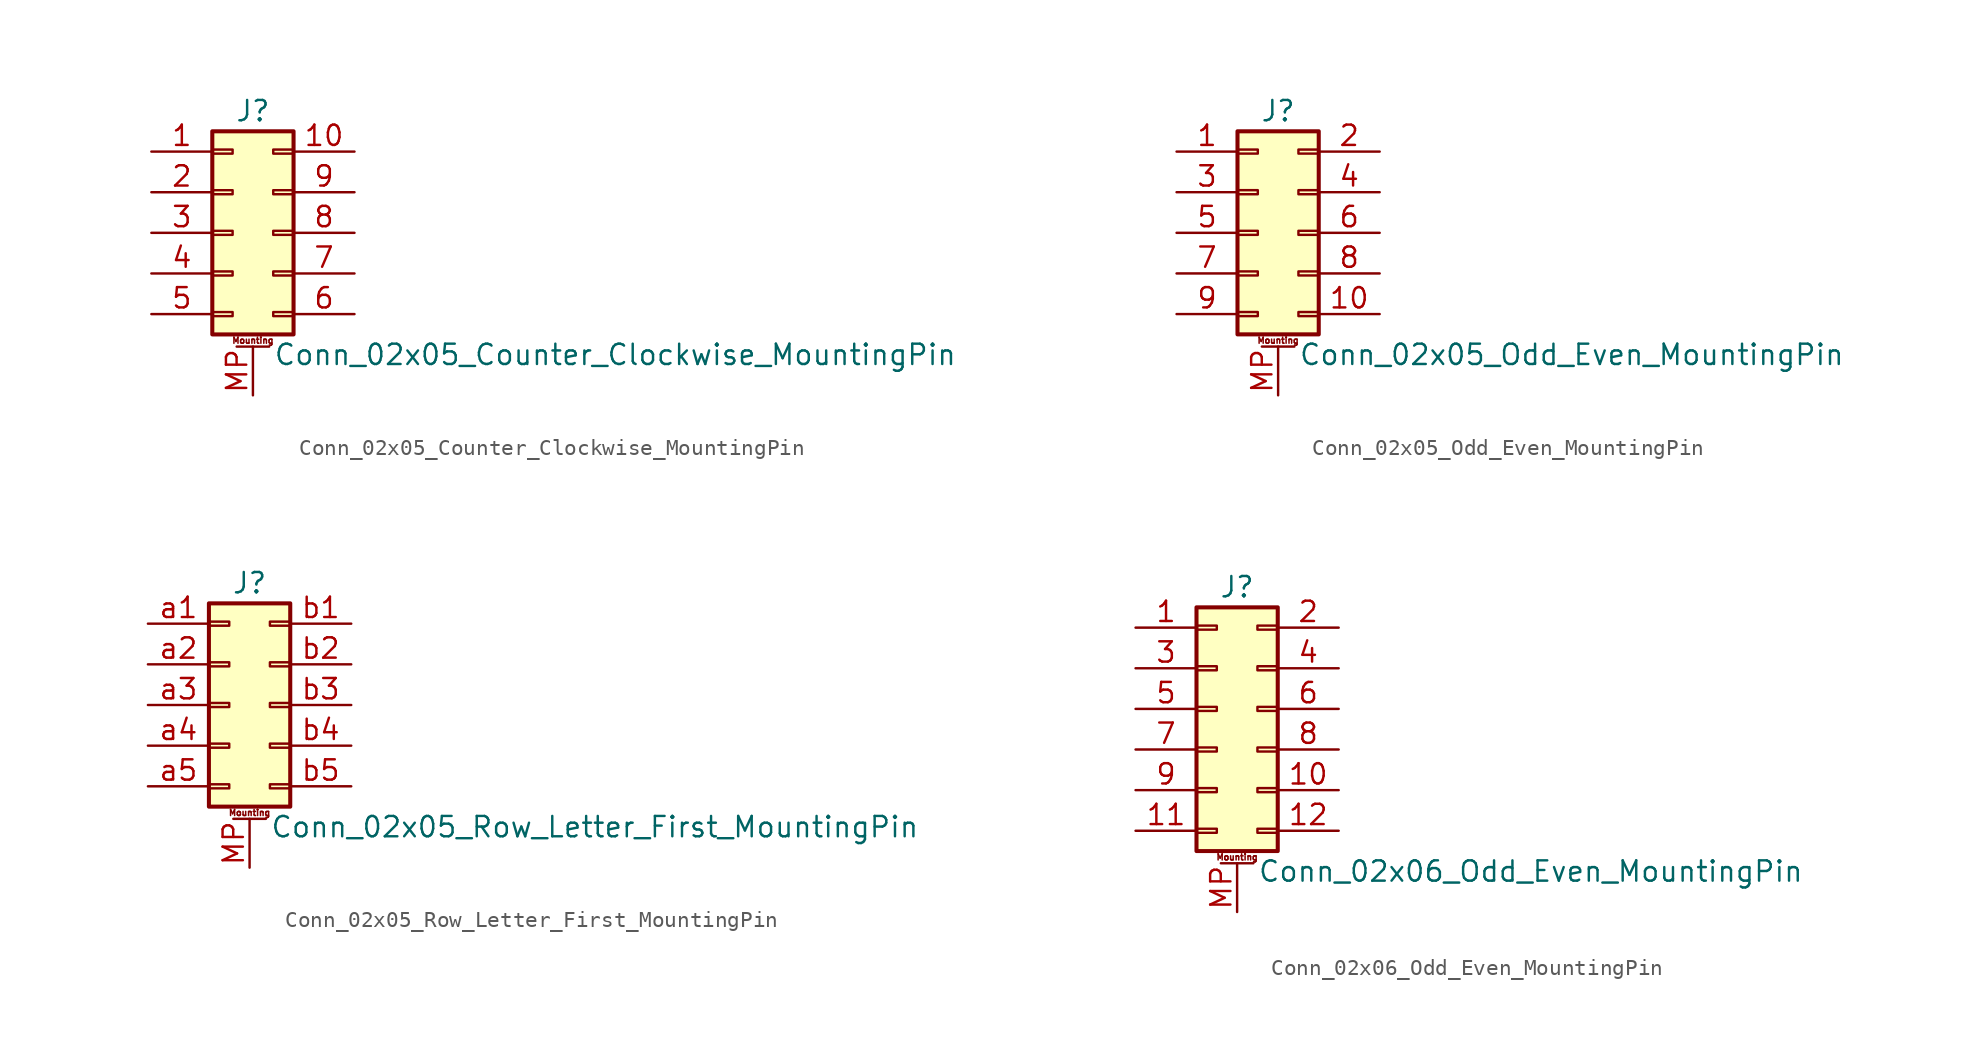
<source format=kicad_sym>
(kicad_symbol_lib
  (version 20220914)
  (generator kicad_symbol_editor)
  (symbol "Conn_02x05_Counter_Clockwise_MountingPin"
    (pin_names
      (offset 1.016) hide)
    (property "Reference" "J"
      (at 1.27 7.62 0)
      (effects (font (size 1.27 1.27))))
    (property "Value" "Conn_02x05_Counter_Clockwise_MountingPin"
      (at 2.54 -7.62 0)
      (effects (font (size 1.27 1.27)) (justify left)))
    (symbol "Conn_02x05_Counter_Clockwise_MountingPin_1_1"
      (rectangle (start -1.27 -4.953) (end 0 -5.207) (stroke (width 0.152) (type default)) (fill (type none)))
      (rectangle (start -1.27 -2.413) (end 0 -2.667) (stroke (width 0.152) (type default)) (fill (type none)))
      (rectangle (start -1.27 0.127) (end 0 -0.127) (stroke (width 0.152) (type default)) (fill (type none)))
      (rectangle (start -1.27 2.667) (end 0 2.413) (stroke (width 0.152) (type default)) (fill (type none)))
      (rectangle (start -1.27 5.207) (end 0 4.953) (stroke (width 0.152) (type default)) (fill (type none)))
      (rectangle (start -1.27 6.35) (end 3.81 -6.35) (stroke (width 0.254) (type default)) (fill (type background)))
      (polyline (pts (xy 0.254 -7.112) (xy 2.286 -7.112)) (stroke (width 0.152) (type default)) (fill (type none)))
      (rectangle (start 3.81 -4.953) (end 2.54 -5.207) (stroke (width 0.152) (type default)) (fill (type none)))
      (rectangle (start 3.81 -2.413) (end 2.54 -2.667) (stroke (width 0.152) (type default)) (fill (type none)))
      (rectangle (start 3.81 0.127) (end 2.54 -0.127) (stroke (width 0.152) (type default)) (fill (type none)))
      (rectangle (start 3.81 2.667) (end 2.54 2.413) (stroke (width 0.152) (type default)) (fill (type none)))
      (rectangle (start 3.81 5.207) (end 2.54 4.953) (stroke (width 0.152) (type default)) (fill (type none)))
      (text "Mounting" (at 1.27 -6.731 0) (effects (font (size 0.381 0.381))))
      (pin passive line (at -5.08 5.08 0) (length 3.81) (name "Pin_1" (effects (font (size 1.27 1.27)))) (number "1" (effects (font (size 1.27 1.27)))))
      (pin passive line (at 7.62 5.08 180) (length 3.81) (name "Pin_10" (effects (font (size 1.27 1.27)))) (number "10" (effects (font (size 1.27 1.27)))))
      (pin passive line (at -5.08 2.54 0) (length 3.81) (name "Pin_2" (effects (font (size 1.27 1.27)))) (number "2" (effects (font (size 1.27 1.27)))))
      (pin passive line (at -5.08 0 0) (length 3.81) (name "Pin_3" (effects (font (size 1.27 1.27)))) (number "3" (effects (font (size 1.27 1.27)))))
      (pin passive line (at -5.08 -2.54 0) (length 3.81) (name "Pin_4" (effects (font (size 1.27 1.27)))) (number "4" (effects (font (size 1.27 1.27)))))
      (pin passive line (at -5.08 -5.08 0) (length 3.81) (name "Pin_5" (effects (font (size 1.27 1.27)))) (number "5" (effects (font (size 1.27 1.27)))))
      (pin passive line (at 7.62 -5.08 180) (length 3.81) (name "Pin_6" (effects (font (size 1.27 1.27)))) (number "6" (effects (font (size 1.27 1.27)))))
      (pin passive line (at 7.62 -2.54 180) (length 3.81) (name "Pin_7" (effects (font (size 1.27 1.27)))) (number "7" (effects (font (size 1.27 1.27)))))
      (pin passive line (at 7.62 0 180) (length 3.81) (name "Pin_8" (effects (font (size 1.27 1.27)))) (number "8" (effects (font (size 1.27 1.27)))))
      (pin passive line (at 7.62 2.54 180) (length 3.81) (name "Pin_9" (effects (font (size 1.27 1.27)))) (number "9" (effects (font (size 1.27 1.27)))))
      (pin passive line (at 1.27 -10.16 90) (length 3.048) (name "MountPin" (effects (font (size 1.27 1.27)))) (number "MP" (effects (font (size 1.27 1.27)))))))
  (symbol "Conn_02x05_Odd_Even_MountingPin"
    (pin_names
      (offset 1.016) hide)
    (property "Reference" "J"
      (at 1.27 7.62 0)
      (effects (font (size 1.27 1.27))))
    (property "Value" "Conn_02x05_Odd_Even_MountingPin"
      (at 2.54 -7.62 0)
      (effects (font (size 1.27 1.27)) (justify left)))
    (symbol "Conn_02x05_Odd_Even_MountingPin_1_1"
      (rectangle (start -1.27 -4.953) (end 0 -5.207) (stroke (width 0.152) (type default)) (fill (type none)))
      (rectangle (start -1.27 -2.413) (end 0 -2.667) (stroke (width 0.152) (type default)) (fill (type none)))
      (rectangle (start -1.27 0.127) (end 0 -0.127) (stroke (width 0.152) (type default)) (fill (type none)))
      (rectangle (start -1.27 2.667) (end 0 2.413) (stroke (width 0.152) (type default)) (fill (type none)))
      (rectangle (start -1.27 5.207) (end 0 4.953) (stroke (width 0.152) (type default)) (fill (type none)))
      (rectangle (start -1.27 6.35) (end 3.81 -6.35) (stroke (width 0.254) (type default)) (fill (type background)))
      (polyline (pts (xy 0.254 -7.112) (xy 2.286 -7.112)) (stroke (width 0.152) (type default)) (fill (type none)))
      (rectangle (start 3.81 -4.953) (end 2.54 -5.207) (stroke (width 0.152) (type default)) (fill (type none)))
      (rectangle (start 3.81 -2.413) (end 2.54 -2.667) (stroke (width 0.152) (type default)) (fill (type none)))
      (rectangle (start 3.81 0.127) (end 2.54 -0.127) (stroke (width 0.152) (type default)) (fill (type none)))
      (rectangle (start 3.81 2.667) (end 2.54 2.413) (stroke (width 0.152) (type default)) (fill (type none)))
      (rectangle (start 3.81 5.207) (end 2.54 4.953) (stroke (width 0.152) (type default)) (fill (type none)))
      (text "Mounting" (at 1.27 -6.731 0) (effects (font (size 0.381 0.381))))
      (pin passive line (at -5.08 5.08 0) (length 3.81) (name "Pin_1" (effects (font (size 1.27 1.27)))) (number "1" (effects (font (size 1.27 1.27)))))
      (pin passive line (at 7.62 -5.08 180) (length 3.81) (name "Pin_10" (effects (font (size 1.27 1.27)))) (number "10" (effects (font (size 1.27 1.27)))))
      (pin passive line (at 7.62 5.08 180) (length 3.81) (name "Pin_2" (effects (font (size 1.27 1.27)))) (number "2" (effects (font (size 1.27 1.27)))))
      (pin passive line (at -5.08 2.54 0) (length 3.81) (name "Pin_3" (effects (font (size 1.27 1.27)))) (number "3" (effects (font (size 1.27 1.27)))))
      (pin passive line (at 7.62 2.54 180) (length 3.81) (name "Pin_4" (effects (font (size 1.27 1.27)))) (number "4" (effects (font (size 1.27 1.27)))))
      (pin passive line (at -5.08 0 0) (length 3.81) (name "Pin_5" (effects (font (size 1.27 1.27)))) (number "5" (effects (font (size 1.27 1.27)))))
      (pin passive line (at 7.62 0 180) (length 3.81) (name "Pin_6" (effects (font (size 1.27 1.27)))) (number "6" (effects (font (size 1.27 1.27)))))
      (pin passive line (at -5.08 -2.54 0) (length 3.81) (name "Pin_7" (effects (font (size 1.27 1.27)))) (number "7" (effects (font (size 1.27 1.27)))))
      (pin passive line (at 7.62 -2.54 180) (length 3.81) (name "Pin_8" (effects (font (size 1.27 1.27)))) (number "8" (effects (font (size 1.27 1.27)))))
      (pin passive line (at -5.08 -5.08 0) (length 3.81) (name "Pin_9" (effects (font (size 1.27 1.27)))) (number "9" (effects (font (size 1.27 1.27)))))
      (pin passive line (at 1.27 -10.16 90) (length 3.048) (name "MountPin" (effects (font (size 1.27 1.27)))) (number "MP" (effects (font (size 1.27 1.27)))))))
  (symbol "Conn_02x05_Row_Letter_First_MountingPin"
    (pin_names
      (offset 1.016) hide)
    (property "Reference" "J"
      (at 1.27 7.62 0)
      (effects (font (size 1.27 1.27))))
    (property "Value" "Conn_02x05_Row_Letter_First_MountingPin"
      (at 2.54 -7.62 0)
      (effects (font (size 1.27 1.27)) (justify left)))
    (symbol "Conn_02x05_Row_Letter_First_MountingPin_1_1"
      (rectangle (start -1.27 -4.953) (end 0 -5.207) (stroke (width 0.152) (type default)) (fill (type none)))
      (rectangle (start -1.27 -2.413) (end 0 -2.667) (stroke (width 0.152) (type default)) (fill (type none)))
      (rectangle (start -1.27 0.127) (end 0 -0.127) (stroke (width 0.152) (type default)) (fill (type none)))
      (rectangle (start -1.27 2.667) (end 0 2.413) (stroke (width 0.152) (type default)) (fill (type none)))
      (rectangle (start -1.27 5.207) (end 0 4.953) (stroke (width 0.152) (type default)) (fill (type none)))
      (rectangle (start -1.27 6.35) (end 3.81 -6.35) (stroke (width 0.254) (type default)) (fill (type background)))
      (polyline (pts (xy 0.254 -7.112) (xy 2.286 -7.112)) (stroke (width 0.152) (type default)) (fill (type none)))
      (rectangle (start 3.81 -4.953) (end 2.54 -5.207) (stroke (width 0.152) (type default)) (fill (type none)))
      (rectangle (start 3.81 -2.413) (end 2.54 -2.667) (stroke (width 0.152) (type default)) (fill (type none)))
      (rectangle (start 3.81 0.127) (end 2.54 -0.127) (stroke (width 0.152) (type default)) (fill (type none)))
      (rectangle (start 3.81 2.667) (end 2.54 2.413) (stroke (width 0.152) (type default)) (fill (type none)))
      (rectangle (start 3.81 5.207) (end 2.54 4.953) (stroke (width 0.152) (type default)) (fill (type none)))
      (text "Mounting" (at 1.27 -6.731 0) (effects (font (size 0.381 0.381))))
      (pin passive line (at 1.27 -10.16 90) (length 3.048) (name "MountPin" (effects (font (size 1.27 1.27)))) (number "MP" (effects (font (size 1.27 1.27)))))
      (pin passive line (at -5.08 5.08 0) (length 3.81) (name "Pin_a1" (effects (font (size 1.27 1.27)))) (number "a1" (effects (font (size 1.27 1.27)))))
      (pin passive line (at -5.08 2.54 0) (length 3.81) (name "Pin_a2" (effects (font (size 1.27 1.27)))) (number "a2" (effects (font (size 1.27 1.27)))))
      (pin passive line (at -5.08 0 0) (length 3.81) (name "Pin_a3" (effects (font (size 1.27 1.27)))) (number "a3" (effects (font (size 1.27 1.27)))))
      (pin passive line (at -5.08 -2.54 0) (length 3.81) (name "Pin_a4" (effects (font (size 1.27 1.27)))) (number "a4" (effects (font (size 1.27 1.27)))))
      (pin passive line (at -5.08 -5.08 0) (length 3.81) (name "Pin_a5" (effects (font (size 1.27 1.27)))) (number "a5" (effects (font (size 1.27 1.27)))))
      (pin passive line (at 7.62 5.08 180) (length 3.81) (name "Pin_b1" (effects (font (size 1.27 1.27)))) (number "b1" (effects (font (size 1.27 1.27)))))
      (pin passive line (at 7.62 2.54 180) (length 3.81) (name "Pin_b2" (effects (font (size 1.27 1.27)))) (number "b2" (effects (font (size 1.27 1.27)))))
      (pin passive line (at 7.62 0 180) (length 3.81) (name "Pin_b3" (effects (font (size 1.27 1.27)))) (number "b3" (effects (font (size 1.27 1.27)))))
      (pin passive line (at 7.62 -2.54 180) (length 3.81) (name "Pin_b4" (effects (font (size 1.27 1.27)))) (number "b4" (effects (font (size 1.27 1.27)))))
      (pin passive line (at 7.62 -5.08 180) (length 3.81) (name "Pin_b5" (effects (font (size 1.27 1.27)))) (number "b5" (effects (font (size 1.27 1.27)))))))
  (symbol "Conn_02x06_Odd_Even_MountingPin"
    (pin_names
      (offset 1.016) hide)
    (property "Reference" "J"
      (at 1.27 7.62 0)
      (effects (font (size 1.27 1.27))))
    (property "Value" "Conn_02x06_Odd_Even_MountingPin"
      (at 2.54 -10.16 0)
      (effects (font (size 1.27 1.27)) (justify left)))
    (symbol "Conn_02x06_Odd_Even_MountingPin_1_1"
      (rectangle (start -1.27 -7.493) (end 0 -7.747) (stroke (width 0.152) (type default)) (fill (type none)))
      (rectangle (start -1.27 -4.953) (end 0 -5.207) (stroke (width 0.152) (type default)) (fill (type none)))
      (rectangle (start -1.27 -2.413) (end 0 -2.667) (stroke (width 0.152) (type default)) (fill (type none)))
      (rectangle (start -1.27 0.127) (end 0 -0.127) (stroke (width 0.152) (type default)) (fill (type none)))
      (rectangle (start -1.27 2.667) (end 0 2.413) (stroke (width 0.152) (type default)) (fill (type none)))
      (rectangle (start -1.27 5.207) (end 0 4.953) (stroke (width 0.152) (type default)) (fill (type none)))
      (rectangle (start -1.27 6.35) (end 3.81 -8.89) (stroke (width 0.254) (type default)) (fill (type background)))
      (polyline (pts (xy 0.254 -9.652) (xy 2.286 -9.652)) (stroke (width 0.152) (type default)) (fill (type none)))
      (rectangle (start 3.81 -7.493) (end 2.54 -7.747) (stroke (width 0.152) (type default)) (fill (type none)))
      (rectangle (start 3.81 -4.953) (end 2.54 -5.207) (stroke (width 0.152) (type default)) (fill (type none)))
      (rectangle (start 3.81 -2.413) (end 2.54 -2.667) (stroke (width 0.152) (type default)) (fill (type none)))
      (rectangle (start 3.81 0.127) (end 2.54 -0.127) (stroke (width 0.152) (type default)) (fill (type none)))
      (rectangle (start 3.81 2.667) (end 2.54 2.413) (stroke (width 0.152) (type default)) (fill (type none)))
      (rectangle (start 3.81 5.207) (end 2.54 4.953) (stroke (width 0.152) (type default)) (fill (type none)))
      (text "Mounting" (at 1.27 -9.271 0) (effects (font (size 0.381 0.381))))
      (pin passive line (at -5.08 5.08 0) (length 3.81) (name "Pin_1" (effects (font (size 1.27 1.27)))) (number "1" (effects (font (size 1.27 1.27)))))
      (pin passive line (at 7.62 -5.08 180) (length 3.81) (name "Pin_10" (effects (font (size 1.27 1.27)))) (number "10" (effects (font (size 1.27 1.27)))))
      (pin passive line (at -5.08 -7.62 0) (length 3.81) (name "Pin_11" (effects (font (size 1.27 1.27)))) (number "11" (effects (font (size 1.27 1.27)))))
      (pin passive line (at 7.62 -7.62 180) (length 3.81) (name "Pin_12" (effects (font (size 1.27 1.27)))) (number "12" (effects (font (size 1.27 1.27)))))
      (pin passive line (at 7.62 5.08 180) (length 3.81) (name "Pin_2" (effects (font (size 1.27 1.27)))) (number "2" (effects (font (size 1.27 1.27)))))
      (pin passive line (at -5.08 2.54 0) (length 3.81) (name "Pin_3" (effects (font (size 1.27 1.27)))) (number "3" (effects (font (size 1.27 1.27)))))
      (pin passive line (at 7.62 2.54 180) (length 3.81) (name "Pin_4" (effects (font (size 1.27 1.27)))) (number "4" (effects (font (size 1.27 1.27)))))
      (pin passive line (at -5.08 0 0) (length 3.81) (name "Pin_5" (effects (font (size 1.27 1.27)))) (number "5" (effects (font (size 1.27 1.27)))))
      (pin passive line (at 7.62 0 180) (length 3.81) (name "Pin_6" (effects (font (size 1.27 1.27)))) (number "6" (effects (font (size 1.27 1.27)))))
      (pin passive line (at -5.08 -2.54 0) (length 3.81) (name "Pin_7" (effects (font (size 1.27 1.27)))) (number "7" (effects (font (size 1.27 1.27)))))
      (pin passive line (at 7.62 -2.54 180) (length 3.81) (name "Pin_8" (effects (font (size 1.27 1.27)))) (number "8" (effects (font (size 1.27 1.27)))))
      (pin passive line (at -5.08 -5.08 0) (length 3.81) (name "Pin_9" (effects (font (size 1.27 1.27)))) (number "9" (effects (font (size 1.27 1.27)))))
      (pin passive line (at 1.27 -12.7 90) (length 3.048) (name "MountPin" (effects (font (size 1.27 1.27)))) (number "MP" (effects (font (size 1.27 1.27))))))))
</source>
